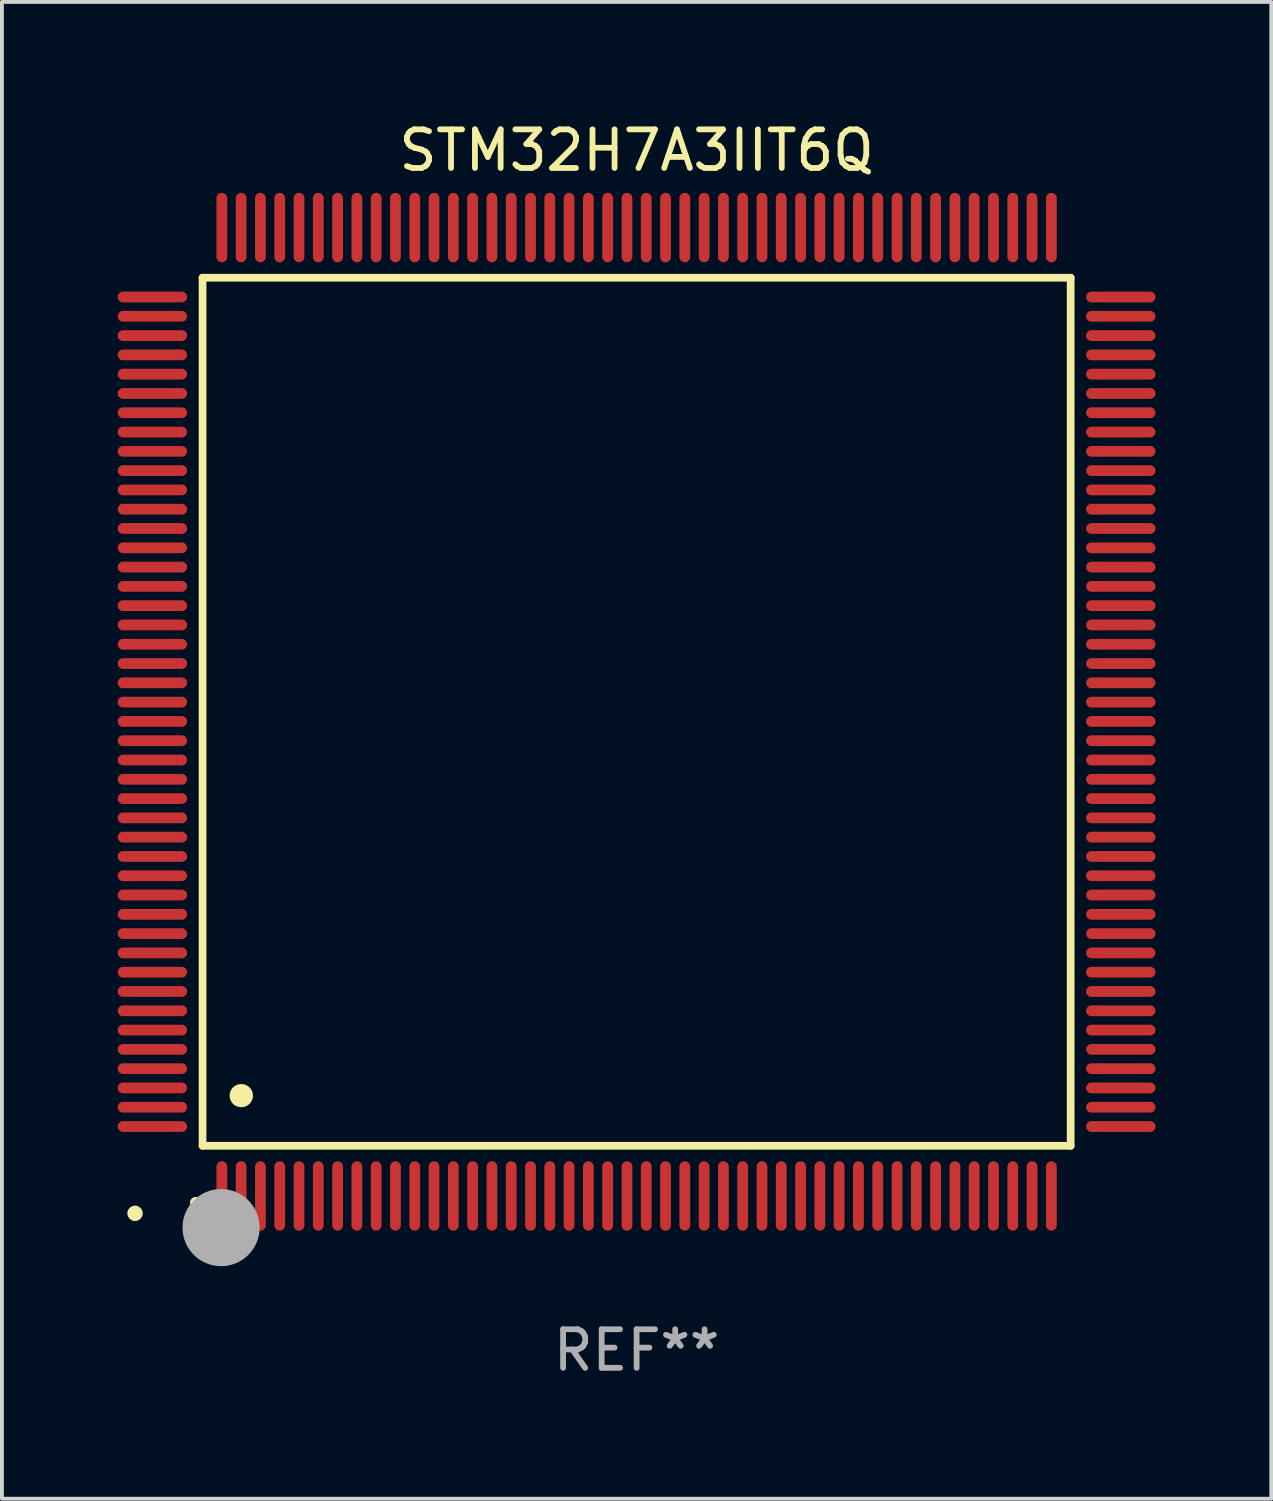
<source format=kicad_pcb>
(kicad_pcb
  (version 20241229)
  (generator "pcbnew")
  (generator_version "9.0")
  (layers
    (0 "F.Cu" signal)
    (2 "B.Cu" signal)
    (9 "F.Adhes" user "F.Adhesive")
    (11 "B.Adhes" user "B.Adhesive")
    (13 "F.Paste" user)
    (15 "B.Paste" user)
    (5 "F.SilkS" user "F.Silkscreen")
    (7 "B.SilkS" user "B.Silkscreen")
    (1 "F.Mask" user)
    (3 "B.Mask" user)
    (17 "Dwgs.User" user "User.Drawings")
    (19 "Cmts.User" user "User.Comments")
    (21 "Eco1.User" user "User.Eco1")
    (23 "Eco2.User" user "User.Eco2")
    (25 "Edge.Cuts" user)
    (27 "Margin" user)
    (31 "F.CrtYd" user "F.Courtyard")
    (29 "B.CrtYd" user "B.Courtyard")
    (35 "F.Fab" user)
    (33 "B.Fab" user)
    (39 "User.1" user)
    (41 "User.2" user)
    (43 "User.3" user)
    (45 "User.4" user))
  (footprint "STM32H7A3IIT6Q"
    (layer "F.Cu")
    (at 13.45 15.398)
    (property "Reference" "STM32H7A3IIT6Q" (at 0 -14.55 0) (layer "F.SilkS") (effects (font (size 1 1) (thickness 0.15))))
    (attr through_hole)
    (fp_line (start -11.25 -11.25) (end 11.25 -11.25) (stroke (width 0.2) (type solid)) (layer "F.SilkS"))
    (fp_line (start -11.25 11.25) (end -11.25 -11.25) (stroke (width 0.2) (type solid)) (layer "F.SilkS"))
    (fp_line (start 11.25 -11.25) (end 11.25 11.25) (stroke (width 0.2) (type solid)) (layer "F.SilkS"))
    (fp_line (start 11.25 11.25) (end -11.25 11.25) (stroke (width 0.2) (type solid)) (layer "F.SilkS"))
    (fp_arc (start -11.424943 12.725425) (mid -11.423673 12.72542) (end -11.422403 12.725425) (stroke (width 0.3) (type solid)) (layer "F.SilkS"))
    (fp_arc (start -10.24892 9.9492) (mid -10.24638 9.949189) (end -10.24384 9.9492) (stroke (width 0.6) (type solid)) (layer "F.SilkS"))
    (fp_circle (center -13 13) (end -12.9 13) (stroke (width 0.2) (type solid)) (fill no) (layer "F.SilkS"))
    (fp_circle (center -10.77 13.37) (end -10.27 13.37) (stroke (width 1) (type solid)) (fill no) (layer "F.Fab"))
    (fp_text user "REF**" (at 0 16.55 0) (layer "F.Fab") (effects (font (size 1 1) (thickness 0.15))))
    (pad "1" smd oval (at -10.75 12.55) (size 0.28 1.8) (layers "F.Cu" "F.Mask" "F.Paste"))
    (pad "2" smd oval (at -10.25 12.55) (size 0.28 1.8) (layers "F.Cu" "F.Mask" "F.Paste"))
    (pad "3" smd oval (at -9.75 12.55) (size 0.28 1.8) (layers "F.Cu" "F.Mask" "F.Paste"))
    (pad "4" smd oval (at -9.25 12.55) (size 0.28 1.8) (layers "F.Cu" "F.Mask" "F.Paste"))
    (pad "5" smd oval (at -8.75 12.55) (size 0.28 1.8) (layers "F.Cu" "F.Mask" "F.Paste"))
    (pad "6" smd oval (at -8.25 12.55) (size 0.28 1.8) (layers "F.Cu" "F.Mask" "F.Paste"))
    (pad "7" smd oval (at -7.75 12.55) (size 0.28 1.8) (layers "F.Cu" "F.Mask" "F.Paste"))
    (pad "8" smd oval (at -7.25 12.55) (size 0.28 1.8) (layers "F.Cu" "F.Mask" "F.Paste"))
    (pad "9" smd oval (at -6.75 12.55) (size 0.28 1.8) (layers "F.Cu" "F.Mask" "F.Paste"))
    (pad "10" smd oval (at -6.25 12.55) (size 0.28 1.8) (layers "F.Cu" "F.Mask" "F.Paste"))
    (pad "11" smd oval (at -5.75 12.55) (size 0.28 1.8) (layers "F.Cu" "F.Mask" "F.Paste"))
    (pad "12" smd oval (at -5.25 12.55) (size 0.28 1.8) (layers "F.Cu" "F.Mask" "F.Paste"))
    (pad "13" smd oval (at -4.75 12.55) (size 0.28 1.8) (layers "F.Cu" "F.Mask" "F.Paste"))
    (pad "14" smd oval (at -4.25 12.55) (size 0.28 1.8) (layers "F.Cu" "F.Mask" "F.Paste"))
    (pad "15" smd oval (at -3.75 12.55) (size 0.28 1.8) (layers "F.Cu" "F.Mask" "F.Paste"))
    (pad "16" smd oval (at -3.25 12.55) (size 0.28 1.8) (layers "F.Cu" "F.Mask" "F.Paste"))
    (pad "17" smd oval (at -2.75 12.55) (size 0.28 1.8) (layers "F.Cu" "F.Mask" "F.Paste"))
    (pad "18" smd oval (at -2.25 12.55) (size 0.28 1.8) (layers "F.Cu" "F.Mask" "F.Paste"))
    (pad "19" smd oval (at -1.75 12.55) (size 0.28 1.8) (layers "F.Cu" "F.Mask" "F.Paste"))
    (pad "20" smd oval (at -1.25 12.55) (size 0.28 1.8) (layers "F.Cu" "F.Mask" "F.Paste"))
    (pad "21" smd oval (at -0.75 12.55) (size 0.28 1.8) (layers "F.Cu" "F.Mask" "F.Paste"))
    (pad "22" smd oval (at -0.25 12.55) (size 0.28 1.8) (layers "F.Cu" "F.Mask" "F.Paste"))
    (pad "23" smd oval (at 0.25 12.55) (size 0.28 1.8) (layers "F.Cu" "F.Mask" "F.Paste"))
    (pad "24" smd oval (at 0.75 12.55) (size 0.28 1.8) (layers "F.Cu" "F.Mask" "F.Paste"))
    (pad "25" smd oval (at 1.25 12.55) (size 0.28 1.8) (layers "F.Cu" "F.Mask" "F.Paste"))
    (pad "26" smd oval (at 1.75 12.55) (size 0.28 1.8) (layers "F.Cu" "F.Mask" "F.Paste"))
    (pad "27" smd oval (at 2.25 12.55) (size 0.28 1.8) (layers "F.Cu" "F.Mask" "F.Paste"))
    (pad "28" smd oval (at 2.75 12.55) (size 0.28 1.8) (layers "F.Cu" "F.Mask" "F.Paste"))
    (pad "29" smd oval (at 3.25 12.55) (size 0.28 1.8) (layers "F.Cu" "F.Mask" "F.Paste"))
    (pad "30" smd oval (at 3.75 12.55) (size 0.28 1.8) (layers "F.Cu" "F.Mask" "F.Paste"))
    (pad "31" smd oval (at 4.25 12.55) (size 0.28 1.8) (layers "F.Cu" "F.Mask" "F.Paste"))
    (pad "32" smd oval (at 4.75 12.55) (size 0.28 1.8) (layers "F.Cu" "F.Mask" "F.Paste"))
    (pad "33" smd oval (at 5.25 12.55) (size 0.28 1.8) (layers "F.Cu" "F.Mask" "F.Paste"))
    (pad "34" smd oval (at 5.75 12.55) (size 0.28 1.8) (layers "F.Cu" "F.Mask" "F.Paste"))
    (pad "35" smd oval (at 6.25 12.55) (size 0.28 1.8) (layers "F.Cu" "F.Mask" "F.Paste"))
    (pad "36" smd oval (at 6.75 12.55) (size 0.28 1.8) (layers "F.Cu" "F.Mask" "F.Paste"))
    (pad "37" smd oval (at 7.25 12.55) (size 0.28 1.8) (layers "F.Cu" "F.Mask" "F.Paste"))
    (pad "38" smd oval (at 7.75 12.55) (size 0.28 1.8) (layers "F.Cu" "F.Mask" "F.Paste"))
    (pad "39" smd oval (at 8.25 12.55) (size 0.28 1.8) (layers "F.Cu" "F.Mask" "F.Paste"))
    (pad "40" smd oval (at 8.75 12.55) (size 0.28 1.8) (layers "F.Cu" "F.Mask" "F.Paste"))
    (pad "41" smd oval (at 9.25 12.55) (size 0.28 1.8) (layers "F.Cu" "F.Mask" "F.Paste"))
    (pad "42" smd oval (at 9.75 12.55) (size 0.28 1.8) (layers "F.Cu" "F.Mask" "F.Paste"))
    (pad "43" smd oval (at 10.25 12.55) (size 0.28 1.8) (layers "F.Cu" "F.Mask" "F.Paste"))
    (pad "44" smd oval (at 10.75 12.55) (size 0.28 1.8) (layers "F.Cu" "F.Mask" "F.Paste"))
    (pad "45" smd oval (at 12.55 10.75) (size 1.8 0.28) (layers "F.Cu" "F.Mask" "F.Paste"))
    (pad "46" smd oval (at 12.55 10.25) (size 1.8 0.28) (layers "F.Cu" "F.Mask" "F.Paste"))
    (pad "47" smd oval (at 12.55 9.75) (size 1.8 0.28) (layers "F.Cu" "F.Mask" "F.Paste"))
    (pad "48" smd oval (at 12.55 9.25) (size 1.8 0.28) (layers "F.Cu" "F.Mask" "F.Paste"))
    (pad "49" smd oval (at 12.55 8.75) (size 1.8 0.28) (layers "F.Cu" "F.Mask" "F.Paste"))
    (pad "50" smd oval (at 12.55 8.25) (size 1.8 0.28) (layers "F.Cu" "F.Mask" "F.Paste"))
    (pad "51" smd oval (at 12.55 7.75) (size 1.8 0.28) (layers "F.Cu" "F.Mask" "F.Paste"))
    (pad "52" smd oval (at 12.55 7.25) (size 1.8 0.28) (layers "F.Cu" "F.Mask" "F.Paste"))
    (pad "53" smd oval (at 12.55 6.75) (size 1.8 0.28) (layers "F.Cu" "F.Mask" "F.Paste"))
    (pad "54" smd oval (at 12.55 6.25) (size 1.8 0.28) (layers "F.Cu" "F.Mask" "F.Paste"))
    (pad "55" smd oval (at 12.55 5.75) (size 1.8 0.28) (layers "F.Cu" "F.Mask" "F.Paste"))
    (pad "56" smd oval (at 12.55 5.25) (size 1.8 0.28) (layers "F.Cu" "F.Mask" "F.Paste"))
    (pad "57" smd oval (at 12.55 4.75) (size 1.8 0.28) (layers "F.Cu" "F.Mask" "F.Paste"))
    (pad "58" smd oval (at 12.55 4.25) (size 1.8 0.28) (layers "F.Cu" "F.Mask" "F.Paste"))
    (pad "59" smd oval (at 12.55 3.75) (size 1.8 0.28) (layers "F.Cu" "F.Mask" "F.Paste"))
    (pad "60" smd oval (at 12.55 3.25) (size 1.8 0.28) (layers "F.Cu" "F.Mask" "F.Paste"))
    (pad "61" smd oval (at 12.55 2.75) (size 1.8 0.28) (layers "F.Cu" "F.Mask" "F.Paste"))
    (pad "62" smd oval (at 12.55 2.25) (size 1.8 0.28) (layers "F.Cu" "F.Mask" "F.Paste"))
    (pad "63" smd oval (at 12.55 1.75) (size 1.8 0.28) (layers "F.Cu" "F.Mask" "F.Paste"))
    (pad "64" smd oval (at 12.55 1.25) (size 1.8 0.28) (layers "F.Cu" "F.Mask" "F.Paste"))
    (pad "65" smd oval (at 12.55 0.75) (size 1.8 0.28) (layers "F.Cu" "F.Mask" "F.Paste"))
    (pad "66" smd oval (at 12.55 0.25) (size 1.8 0.28) (layers "F.Cu" "F.Mask" "F.Paste"))
    (pad "67" smd oval (at 12.55 -0.25) (size 1.8 0.28) (layers "F.Cu" "F.Mask" "F.Paste"))
    (pad "68" smd oval (at 12.55 -0.75) (size 1.8 0.28) (layers "F.Cu" "F.Mask" "F.Paste"))
    (pad "69" smd oval (at 12.55 -1.25) (size 1.8 0.28) (layers "F.Cu" "F.Mask" "F.Paste"))
    (pad "70" smd oval (at 12.55 -1.75) (size 1.8 0.28) (layers "F.Cu" "F.Mask" "F.Paste"))
    (pad "71" smd oval (at 12.55 -2.25) (size 1.8 0.28) (layers "F.Cu" "F.Mask" "F.Paste"))
    (pad "72" smd oval (at 12.55 -2.75) (size 1.8 0.28) (layers "F.Cu" "F.Mask" "F.Paste"))
    (pad "73" smd oval (at 12.55 -3.25) (size 1.8 0.28) (layers "F.Cu" "F.Mask" "F.Paste"))
    (pad "74" smd oval (at 12.55 -3.75) (size 1.8 0.28) (layers "F.Cu" "F.Mask" "F.Paste"))
    (pad "75" smd oval (at 12.55 -4.25) (size 1.8 0.28) (layers "F.Cu" "F.Mask" "F.Paste"))
    (pad "76" smd oval (at 12.55 -4.75) (size 1.8 0.28) (layers "F.Cu" "F.Mask" "F.Paste"))
    (pad "77" smd oval (at 12.55 -5.25) (size 1.8 0.28) (layers "F.Cu" "F.Mask" "F.Paste"))
    (pad "78" smd oval (at 12.55 -5.75) (size 1.8 0.28) (layers "F.Cu" "F.Mask" "F.Paste"))
    (pad "79" smd oval (at 12.55 -6.25) (size 1.8 0.28) (layers "F.Cu" "F.Mask" "F.Paste"))
    (pad "80" smd oval (at 12.55 -6.75) (size 1.8 0.28) (layers "F.Cu" "F.Mask" "F.Paste"))
    (pad "81" smd oval (at 12.55 -7.25) (size 1.8 0.28) (layers "F.Cu" "F.Mask" "F.Paste"))
    (pad "82" smd oval (at 12.55 -7.75) (size 1.8 0.28) (layers "F.Cu" "F.Mask" "F.Paste"))
    (pad "83" smd oval (at 12.55 -8.25) (size 1.8 0.28) (layers "F.Cu" "F.Mask" "F.Paste"))
    (pad "84" smd oval (at 12.55 -8.75) (size 1.8 0.28) (layers "F.Cu" "F.Mask" "F.Paste"))
    (pad "85" smd oval (at 12.55 -9.25) (size 1.8 0.28) (layers "F.Cu" "F.Mask" "F.Paste"))
    (pad "86" smd oval (at 12.55 -9.75) (size 1.8 0.28) (layers "F.Cu" "F.Mask" "F.Paste"))
    (pad "87" smd oval (at 12.55 -10.25) (size 1.8 0.28) (layers "F.Cu" "F.Mask" "F.Paste"))
    (pad "88" smd oval (at 12.55 -10.75) (size 1.8 0.28) (layers "F.Cu" "F.Mask" "F.Paste"))
    (pad "89" smd oval (at 10.75 -12.55) (size 0.28 1.8) (layers "F.Cu" "F.Mask" "F.Paste"))
    (pad "90" smd oval (at 10.25 -12.55) (size 0.28 1.8) (layers "F.Cu" "F.Mask" "F.Paste"))
    (pad "91" smd oval (at 9.75 -12.55) (size 0.28 1.8) (layers "F.Cu" "F.Mask" "F.Paste"))
    (pad "92" smd oval (at 9.25 -12.55) (size 0.28 1.8) (layers "F.Cu" "F.Mask" "F.Paste"))
    (pad "93" smd oval (at 8.75 -12.55) (size 0.28 1.8) (layers "F.Cu" "F.Mask" "F.Paste"))
    (pad "94" smd oval (at 8.25 -12.55) (size 0.28 1.8) (layers "F.Cu" "F.Mask" "F.Paste"))
    (pad "95" smd oval (at 7.75 -12.55) (size 0.28 1.8) (layers "F.Cu" "F.Mask" "F.Paste"))
    (pad "96" smd oval (at 7.25 -12.55) (size 0.28 1.8) (layers "F.Cu" "F.Mask" "F.Paste"))
    (pad "97" smd oval (at 6.75 -12.55) (size 0.28 1.8) (layers "F.Cu" "F.Mask" "F.Paste"))
    (pad "98" smd oval (at 6.25 -12.55) (size 0.28 1.8) (layers "F.Cu" "F.Mask" "F.Paste"))
    (pad "99" smd oval (at 5.75 -12.55) (size 0.28 1.8) (layers "F.Cu" "F.Mask" "F.Paste"))
    (pad "100" smd oval (at 5.25 -12.55) (size 0.28 1.8) (layers "F.Cu" "F.Mask" "F.Paste"))
    (pad "101" smd oval (at 4.75 -12.55) (size 0.28 1.8) (layers "F.Cu" "F.Mask" "F.Paste"))
    (pad "102" smd oval (at 4.25 -12.55) (size 0.28 1.8) (layers "F.Cu" "F.Mask" "F.Paste"))
    (pad "103" smd oval (at 3.75 -12.55) (size 0.28 1.8) (layers "F.Cu" "F.Mask" "F.Paste"))
    (pad "104" smd oval (at 3.25 -12.55) (size 0.28 1.8) (layers "F.Cu" "F.Mask" "F.Paste"))
    (pad "105" smd oval (at 2.75 -12.55) (size 0.28 1.8) (layers "F.Cu" "F.Mask" "F.Paste"))
    (pad "106" smd oval (at 2.25 -12.55) (size 0.28 1.8) (layers "F.Cu" "F.Mask" "F.Paste"))
    (pad "107" smd oval (at 1.75 -12.55) (size 0.28 1.8) (layers "F.Cu" "F.Mask" "F.Paste"))
    (pad "108" smd oval (at 1.25 -12.55) (size 0.28 1.8) (layers "F.Cu" "F.Mask" "F.Paste"))
    (pad "109" smd oval (at 0.75 -12.55) (size 0.28 1.8) (layers "F.Cu" "F.Mask" "F.Paste"))
    (pad "110" smd oval (at 0.25 -12.55) (size 0.28 1.8) (layers "F.Cu" "F.Mask" "F.Paste"))
    (pad "111" smd oval (at -0.25 -12.55) (size 0.28 1.8) (layers "F.Cu" "F.Mask" "F.Paste"))
    (pad "112" smd oval (at -0.75 -12.55) (size 0.28 1.8) (layers "F.Cu" "F.Mask" "F.Paste"))
    (pad "113" smd oval (at -1.25 -12.55) (size 0.28 1.8) (layers "F.Cu" "F.Mask" "F.Paste"))
    (pad "114" smd oval (at -1.75 -12.55) (size 0.28 1.8) (layers "F.Cu" "F.Mask" "F.Paste"))
    (pad "115" smd oval (at -2.25 -12.55) (size 0.28 1.8) (layers "F.Cu" "F.Mask" "F.Paste"))
    (pad "116" smd oval (at -2.75 -12.55) (size 0.28 1.8) (layers "F.Cu" "F.Mask" "F.Paste"))
    (pad "117" smd oval (at -3.25 -12.55) (size 0.28 1.8) (layers "F.Cu" "F.Mask" "F.Paste"))
    (pad "118" smd oval (at -3.75 -12.55) (size 0.28 1.8) (layers "F.Cu" "F.Mask" "F.Paste"))
    (pad "119" smd oval (at -4.25 -12.55) (size 0.28 1.8) (layers "F.Cu" "F.Mask" "F.Paste"))
    (pad "120" smd oval (at -4.75 -12.55) (size 0.28 1.8) (layers "F.Cu" "F.Mask" "F.Paste"))
    (pad "121" smd oval (at -5.25 -12.55) (size 0.28 1.8) (layers "F.Cu" "F.Mask" "F.Paste"))
    (pad "122" smd oval (at -5.75 -12.55) (size 0.28 1.8) (layers "F.Cu" "F.Mask" "F.Paste"))
    (pad "123" smd oval (at -6.25 -12.55) (size 0.28 1.8) (layers "F.Cu" "F.Mask" "F.Paste"))
    (pad "124" smd oval (at -6.75 -12.55) (size 0.28 1.8) (layers "F.Cu" "F.Mask" "F.Paste"))
    (pad "125" smd oval (at -7.25 -12.55) (size 0.28 1.8) (layers "F.Cu" "F.Mask" "F.Paste"))
    (pad "126" smd oval (at -7.75 -12.55) (size 0.28 1.8) (layers "F.Cu" "F.Mask" "F.Paste"))
    (pad "127" smd oval (at -8.25 -12.55) (size 0.28 1.8) (layers "F.Cu" "F.Mask" "F.Paste"))
    (pad "128" smd oval (at -8.75 -12.55) (size 0.28 1.8) (layers "F.Cu" "F.Mask" "F.Paste"))
    (pad "129" smd oval (at -9.25 -12.55) (size 0.28 1.8) (layers "F.Cu" "F.Mask" "F.Paste"))
    (pad "130" smd oval (at -9.75 -12.55) (size 0.28 1.8) (layers "F.Cu" "F.Mask" "F.Paste"))
    (pad "131" smd oval (at -10.25 -12.55) (size 0.28 1.8) (layers "F.Cu" "F.Mask" "F.Paste"))
    (pad "132" smd oval (at -10.75 -12.55) (size 0.28 1.8) (layers "F.Cu" "F.Mask" "F.Paste"))
    (pad "133" smd oval (at -12.55 -10.75) (size 1.8 0.28) (layers "F.Cu" "F.Mask" "F.Paste"))
    (pad "134" smd oval (at -12.55 -10.25) (size 1.8 0.28) (layers "F.Cu" "F.Mask" "F.Paste"))
    (pad "135" smd oval (at -12.55 -9.75) (size 1.8 0.28) (layers "F.Cu" "F.Mask" "F.Paste"))
    (pad "136" smd oval (at -12.55 -9.25) (size 1.8 0.28) (layers "F.Cu" "F.Mask" "F.Paste"))
    (pad "137" smd oval (at -12.55 -8.75) (size 1.8 0.28) (layers "F.Cu" "F.Mask" "F.Paste"))
    (pad "138" smd oval (at -12.55 -8.25) (size 1.8 0.28) (layers "F.Cu" "F.Mask" "F.Paste"))
    (pad "139" smd oval (at -12.55 -7.75) (size 1.8 0.28) (layers "F.Cu" "F.Mask" "F.Paste"))
    (pad "140" smd oval (at -12.55 -7.25) (size 1.8 0.28) (layers "F.Cu" "F.Mask" "F.Paste"))
    (pad "141" smd oval (at -12.55 -6.75) (size 1.8 0.28) (layers "F.Cu" "F.Mask" "F.Paste"))
    (pad "142" smd oval (at -12.55 -6.25) (size 1.8 0.28) (layers "F.Cu" "F.Mask" "F.Paste"))
    (pad "143" smd oval (at -12.55 -5.75) (size 1.8 0.28) (layers "F.Cu" "F.Mask" "F.Paste"))
    (pad "144" smd oval (at -12.55 -5.25) (size 1.8 0.28) (layers "F.Cu" "F.Mask" "F.Paste"))
    (pad "145" smd oval (at -12.55 -4.75) (size 1.8 0.28) (layers "F.Cu" "F.Mask" "F.Paste"))
    (pad "146" smd oval (at -12.55 -4.25) (size 1.8 0.28) (layers "F.Cu" "F.Mask" "F.Paste"))
    (pad "147" smd oval (at -12.55 -3.75) (size 1.8 0.28) (layers "F.Cu" "F.Mask" "F.Paste"))
    (pad "148" smd oval (at -12.55 -3.25) (size 1.8 0.28) (layers "F.Cu" "F.Mask" "F.Paste"))
    (pad "149" smd oval (at -12.55 -2.75) (size 1.8 0.28) (layers "F.Cu" "F.Mask" "F.Paste"))
    (pad "150" smd oval (at -12.55 -2.25) (size 1.8 0.28) (layers "F.Cu" "F.Mask" "F.Paste"))
    (pad "151" smd oval (at -12.55 -1.75) (size 1.8 0.28) (layers "F.Cu" "F.Mask" "F.Paste"))
    (pad "152" smd oval (at -12.55 -1.25) (size 1.8 0.28) (layers "F.Cu" "F.Mask" "F.Paste"))
    (pad "153" smd oval (at -12.55 -0.75) (size 1.8 0.28) (layers "F.Cu" "F.Mask" "F.Paste"))
    (pad "154" smd oval (at -12.55 -0.25) (size 1.8 0.28) (layers "F.Cu" "F.Mask" "F.Paste"))
    (pad "155" smd oval (at -12.55 0.25) (size 1.8 0.28) (layers "F.Cu" "F.Mask" "F.Paste"))
    (pad "156" smd oval (at -12.55 0.75) (size 1.8 0.28) (layers "F.Cu" "F.Mask" "F.Paste"))
    (pad "157" smd oval (at -12.55 1.25) (size 1.8 0.28) (layers "F.Cu" "F.Mask" "F.Paste"))
    (pad "158" smd oval (at -12.55 1.75) (size 1.8 0.28) (layers "F.Cu" "F.Mask" "F.Paste"))
    (pad "159" smd oval (at -12.55 2.25) (size 1.8 0.28) (layers "F.Cu" "F.Mask" "F.Paste"))
    (pad "160" smd oval (at -12.55 2.75) (size 1.8 0.28) (layers "F.Cu" "F.Mask" "F.Paste"))
    (pad "161" smd oval (at -12.55 3.25) (size 1.8 0.28) (layers "F.Cu" "F.Mask" "F.Paste"))
    (pad "162" smd oval (at -12.55 3.75) (size 1.8 0.28) (layers "F.Cu" "F.Mask" "F.Paste"))
    (pad "163" smd oval (at -12.55 4.25) (size 1.8 0.28) (layers "F.Cu" "F.Mask" "F.Paste"))
    (pad "164" smd oval (at -12.55 4.75) (size 1.8 0.28) (layers "F.Cu" "F.Mask" "F.Paste"))
    (pad "165" smd oval (at -12.55 5.25) (size 1.8 0.28) (layers "F.Cu" "F.Mask" "F.Paste"))
    (pad "166" smd oval (at -12.55 5.75) (size 1.8 0.28) (layers "F.Cu" "F.Mask" "F.Paste"))
    (pad "167" smd oval (at -12.55 6.25) (size 1.8 0.28) (layers "F.Cu" "F.Mask" "F.Paste"))
    (pad "168" smd oval (at -12.55 6.75) (size 1.8 0.28) (layers "F.Cu" "F.Mask" "F.Paste"))
    (pad "169" smd oval (at -12.55 7.25) (size 1.8 0.28) (layers "F.Cu" "F.Mask" "F.Paste"))
    (pad "170" smd oval (at -12.55 7.75) (size 1.8 0.28) (layers "F.Cu" "F.Mask" "F.Paste"))
    (pad "171" smd oval (at -12.55 8.25) (size 1.8 0.28) (layers "F.Cu" "F.Mask" "F.Paste"))
    (pad "172" smd oval (at -12.55 8.75) (size 1.8 0.28) (layers "F.Cu" "F.Mask" "F.Paste"))
    (pad "173" smd oval (at -12.55 9.25) (size 1.8 0.28) (layers "F.Cu" "F.Mask" "F.Paste"))
    (pad "174" smd oval (at -12.55 9.75) (size 1.8 0.28) (layers "F.Cu" "F.Mask" "F.Paste"))
    (pad "175" smd oval (at -12.55 10.25) (size 1.8 0.28) (layers "F.Cu" "F.Mask" "F.Paste"))
    (pad "176" smd oval (at -12.55 10.75) (size 1.8 0.28) (layers "F.Cu" "F.Mask" "F.Paste")))
  (gr_rect
    (start -3 -3)
    (end 29.9 35.796)
    (stroke (width 0.1) (type default))
    (fill no)
    (layer "Edge.Cuts")))
</source>
